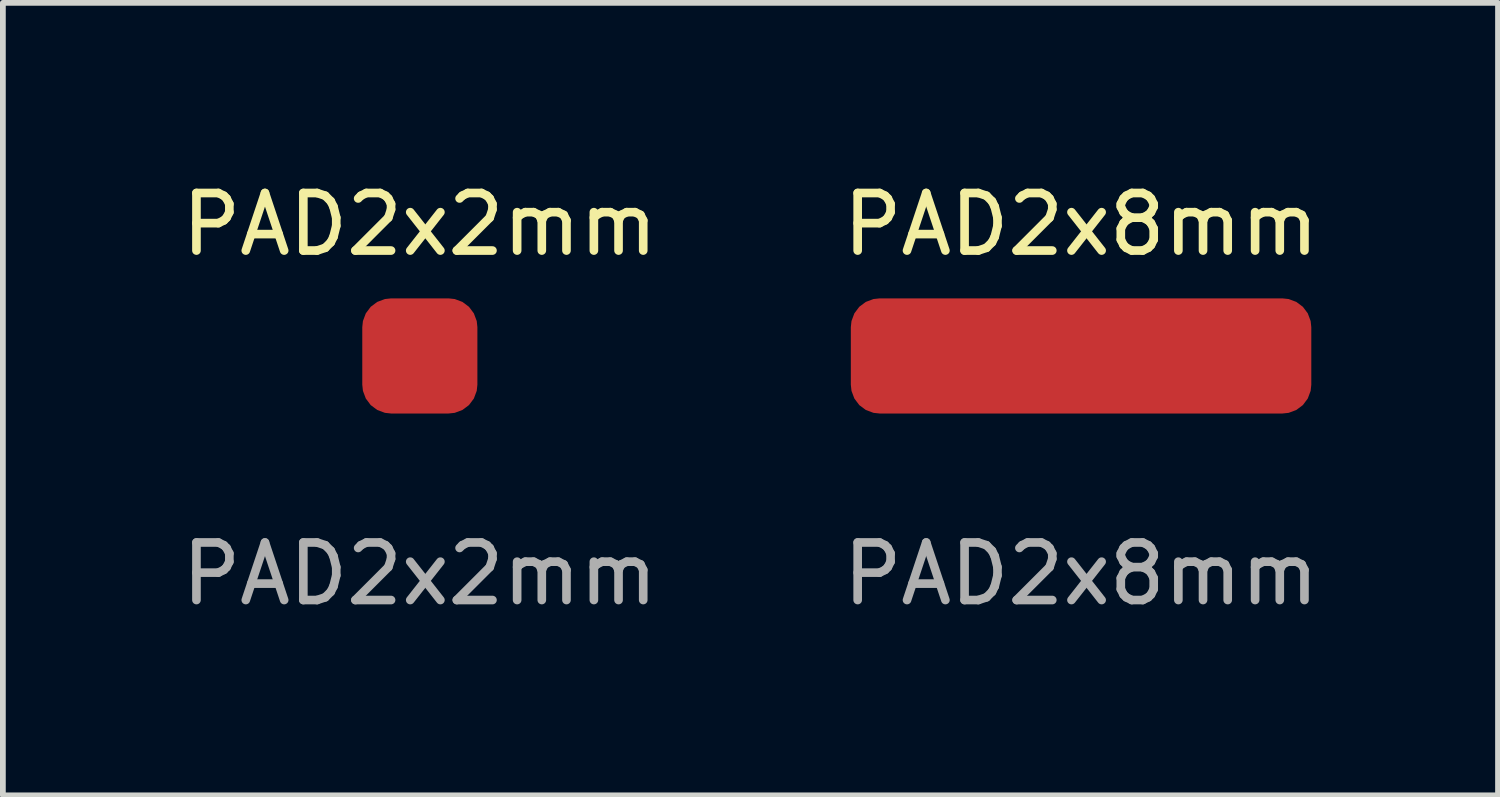
<source format=kicad_pcb>
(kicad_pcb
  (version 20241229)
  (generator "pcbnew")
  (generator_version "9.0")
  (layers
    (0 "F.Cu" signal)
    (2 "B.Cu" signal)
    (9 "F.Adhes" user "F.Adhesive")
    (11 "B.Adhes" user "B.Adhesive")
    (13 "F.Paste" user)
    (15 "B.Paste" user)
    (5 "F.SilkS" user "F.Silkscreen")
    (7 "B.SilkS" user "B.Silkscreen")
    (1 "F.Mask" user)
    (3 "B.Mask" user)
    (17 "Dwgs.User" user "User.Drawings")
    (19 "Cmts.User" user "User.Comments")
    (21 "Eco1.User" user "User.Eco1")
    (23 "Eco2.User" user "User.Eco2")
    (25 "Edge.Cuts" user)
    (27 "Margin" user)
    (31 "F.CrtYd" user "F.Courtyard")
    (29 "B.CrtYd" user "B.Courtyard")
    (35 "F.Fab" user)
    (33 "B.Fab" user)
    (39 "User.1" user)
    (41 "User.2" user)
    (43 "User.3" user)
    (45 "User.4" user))
  (footprint "PAD2x8mm"
    (layer "F.Cu")
    (at 15.732 3.134)
    (property "Reference" "PAD2x8mm" (at 0 -2.286 0) (unlocked yes) (layer "F.SilkS") (effects (font (size 1 1) (thickness 0.15))))
    (attr smd)
    (fp_text user "${REFERENCE}" (at 0 3.786 0) (unlocked yes) (layer "F.Fab") (effects (font (size 1 1) (thickness 0.15))))
    (pad "1" smd roundrect (at 0 0) (size 8 2) (layers "F.Cu" "F.Mask" "F.Paste") (roundrect_rratio 0.25)))
  (footprint "PAD2x2mm"
    (layer "F.Cu")
    (at 4.244 3.134)
    (property "Reference" "PAD2x2mm" (at 0 -2.286 0) (unlocked yes) (layer "F.SilkS") (effects (font (size 1 1) (thickness 0.15))))
    (attr smd)
    (fp_text user "${REFERENCE}" (at 0 3.786 0) (unlocked yes) (layer "F.Fab") (effects (font (size 1 1) (thickness 0.15))))
    (pad "1" smd roundrect (at 0 0) (size 2 2) (layers "F.Cu" "F.Mask" "F.Paste") (roundrect_rratio 0.25)))
  (gr_rect
    (start -3 -3)
    (end 22.976 10.768)
    (stroke (width 0.1) (type default))
    (fill no)
    (layer "Edge.Cuts")))
</source>
